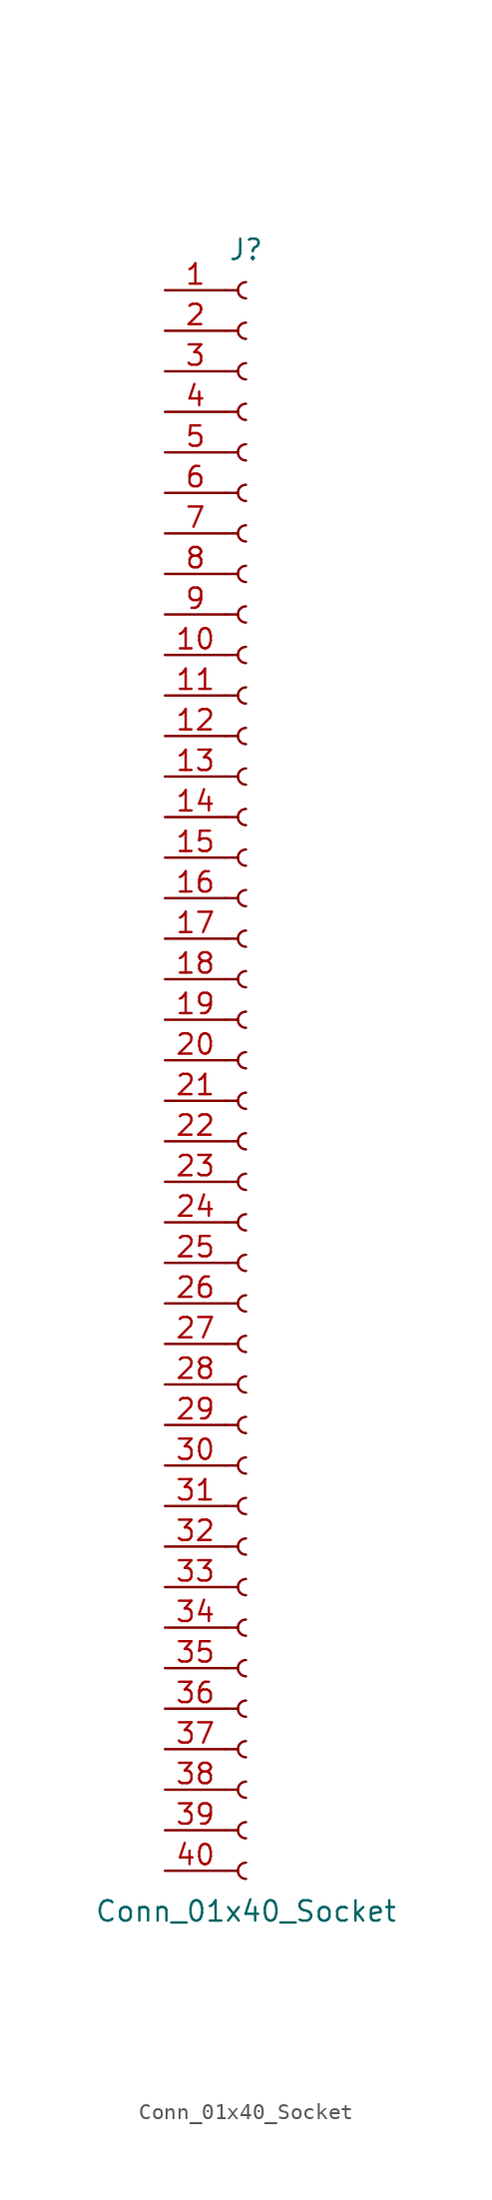
<source format=kicad_sym>
(kicad_symbol_lib
  (version 20220914)
  (generator kicad_symbol_editor)
  (symbol "Conn_01x40_Socket"
    (pin_names
      (offset 1.016) hide)
    (property "Reference" "J"
      (at 0 50.8 0)
      (effects (font (size 1.27 1.27))))
    (property "Value" "Conn_01x40_Socket"
      (at 0 -53.34 0)
      (effects (font (size 1.27 1.27))))
    (property "ki_locked" ""
      (at 0 0 0)
      (effects (font (size 1.27 1.27))))
    (symbol "Conn_01x40_Socket_1_1"
      (arc (start 0 -50.292) (mid -0.5058 -50.8) (end 0 -51.308) (stroke (width 0.1524) (type default)) (fill (type none)))
      (arc (start 0 -47.752) (mid -0.5058 -48.26) (end 0 -48.768) (stroke (width 0.1524) (type default)) (fill (type none)))
      (arc (start 0 -45.212) (mid -0.5058 -45.72) (end 0 -46.228) (stroke (width 0.1524) (type default)) (fill (type none)))
      (arc (start 0 -42.672) (mid -0.5058 -43.18) (end 0 -43.688) (stroke (width 0.1524) (type default)) (fill (type none)))
      (arc (start 0 -40.132) (mid -0.5058 -40.64) (end 0 -41.148) (stroke (width 0.1524) (type default)) (fill (type none)))
      (arc (start 0 -37.592) (mid -0.5058 -38.1) (end 0 -38.608) (stroke (width 0.1524) (type default)) (fill (type none)))
      (arc (start 0 -35.052) (mid -0.5058 -35.56) (end 0 -36.068) (stroke (width 0.1524) (type default)) (fill (type none)))
      (arc (start 0 -32.512) (mid -0.5058 -33.02) (end 0 -33.528) (stroke (width 0.1524) (type default)) (fill (type none)))
      (arc (start 0 -29.972) (mid -0.5058 -30.48) (end 0 -30.988) (stroke (width 0.1524) (type default)) (fill (type none)))
      (arc (start 0 -27.432) (mid -0.5058 -27.94) (end 0 -28.448) (stroke (width 0.1524) (type default)) (fill (type none)))
      (arc (start 0 -24.892) (mid -0.5058 -25.4) (end 0 -25.908) (stroke (width 0.1524) (type default)) (fill (type none)))
      (arc (start 0 -22.352) (mid -0.5058 -22.86) (end 0 -23.368) (stroke (width 0.1524) (type default)) (fill (type none)))
      (arc (start 0 -19.812) (mid -0.5058 -20.32) (end 0 -20.828) (stroke (width 0.1524) (type default)) (fill (type none)))
      (arc (start 0 -17.272) (mid -0.5058 -17.78) (end 0 -18.288) (stroke (width 0.1524) (type default)) (fill (type none)))
      (arc (start 0 -14.732) (mid -0.5058 -15.24) (end 0 -15.748) (stroke (width 0.1524) (type default)) (fill (type none)))
      (arc (start 0 -12.192) (mid -0.5058 -12.7) (end 0 -13.208) (stroke (width 0.1524) (type default)) (fill (type none)))
      (arc (start 0 -9.652) (mid -0.5058 -10.16) (end 0 -10.668) (stroke (width 0.1524) (type default)) (fill (type none)))
      (arc (start 0 -7.112) (mid -0.5058 -7.62) (end 0 -8.128) (stroke (width 0.1524) (type default)) (fill (type none)))
      (arc (start 0 -4.572) (mid -0.5058 -5.08) (end 0 -5.588) (stroke (width 0.1524) (type default)) (fill (type none)))
      (arc (start 0 -2.032) (mid -0.5058 -2.54) (end 0 -3.048) (stroke (width 0.1524) (type default)) (fill (type none)))
      (polyline (pts (xy -1.27 -50.8) (xy -0.508 -50.8)) (stroke (width 0.152) (type default)) (fill (type none)))
      (polyline (pts (xy -1.27 -48.26) (xy -0.508 -48.26)) (stroke (width 0.152) (type default)) (fill (type none)))
      (polyline (pts (xy -1.27 -45.72) (xy -0.508 -45.72)) (stroke (width 0.152) (type default)) (fill (type none)))
      (polyline (pts (xy -1.27 -43.18) (xy -0.508 -43.18)) (stroke (width 0.152) (type default)) (fill (type none)))
      (polyline (pts (xy -1.27 -40.64) (xy -0.508 -40.64)) (stroke (width 0.152) (type default)) (fill (type none)))
      (polyline (pts (xy -1.27 -38.1) (xy -0.508 -38.1)) (stroke (width 0.152) (type default)) (fill (type none)))
      (polyline (pts (xy -1.27 -35.56) (xy -0.508 -35.56)) (stroke (width 0.152) (type default)) (fill (type none)))
      (polyline (pts (xy -1.27 -33.02) (xy -0.508 -33.02)) (stroke (width 0.152) (type default)) (fill (type none)))
      (polyline (pts (xy -1.27 -30.48) (xy -0.508 -30.48)) (stroke (width 0.152) (type default)) (fill (type none)))
      (polyline (pts (xy -1.27 -27.94) (xy -0.508 -27.94)) (stroke (width 0.152) (type default)) (fill (type none)))
      (polyline (pts (xy -1.27 -25.4) (xy -0.508 -25.4)) (stroke (width 0.152) (type default)) (fill (type none)))
      (polyline (pts (xy -1.27 -22.86) (xy -0.508 -22.86)) (stroke (width 0.152) (type default)) (fill (type none)))
      (polyline (pts (xy -1.27 -20.32) (xy -0.508 -20.32)) (stroke (width 0.152) (type default)) (fill (type none)))
      (polyline (pts (xy -1.27 -17.78) (xy -0.508 -17.78)) (stroke (width 0.152) (type default)) (fill (type none)))
      (polyline (pts (xy -1.27 -15.24) (xy -0.508 -15.24)) (stroke (width 0.152) (type default)) (fill (type none)))
      (polyline (pts (xy -1.27 -12.7) (xy -0.508 -12.7)) (stroke (width 0.152) (type default)) (fill (type none)))
      (polyline (pts (xy -1.27 -10.16) (xy -0.508 -10.16)) (stroke (width 0.152) (type default)) (fill (type none)))
      (polyline (pts (xy -1.27 -7.62) (xy -0.508 -7.62)) (stroke (width 0.152) (type default)) (fill (type none)))
      (polyline (pts (xy -1.27 -5.08) (xy -0.508 -5.08)) (stroke (width 0.152) (type default)) (fill (type none)))
      (polyline (pts (xy -1.27 -2.54) (xy -0.508 -2.54)) (stroke (width 0.152) (type default)) (fill (type none)))
      (polyline (pts (xy -1.27 0) (xy -0.508 0)) (stroke (width 0.152) (type default)) (fill (type none)))
      (polyline (pts (xy -1.27 2.54) (xy -0.508 2.54)) (stroke (width 0.152) (type default)) (fill (type none)))
      (polyline (pts (xy -1.27 5.08) (xy -0.508 5.08)) (stroke (width 0.152) (type default)) (fill (type none)))
      (polyline (pts (xy -1.27 7.62) (xy -0.508 7.62)) (stroke (width 0.152) (type default)) (fill (type none)))
      (polyline (pts (xy -1.27 10.16) (xy -0.508 10.16)) (stroke (width 0.152) (type default)) (fill (type none)))
      (polyline (pts (xy -1.27 12.7) (xy -0.508 12.7)) (stroke (width 0.152) (type default)) (fill (type none)))
      (polyline (pts (xy -1.27 15.24) (xy -0.508 15.24)) (stroke (width 0.152) (type default)) (fill (type none)))
      (polyline (pts (xy -1.27 17.78) (xy -0.508 17.78)) (stroke (width 0.152) (type default)) (fill (type none)))
      (polyline (pts (xy -1.27 20.32) (xy -0.508 20.32)) (stroke (width 0.152) (type default)) (fill (type none)))
      (polyline (pts (xy -1.27 22.86) (xy -0.508 22.86)) (stroke (width 0.152) (type default)) (fill (type none)))
      (polyline (pts (xy -1.27 25.4) (xy -0.508 25.4)) (stroke (width 0.152) (type default)) (fill (type none)))
      (polyline (pts (xy -1.27 27.94) (xy -0.508 27.94)) (stroke (width 0.152) (type default)) (fill (type none)))
      (polyline (pts (xy -1.27 30.48) (xy -0.508 30.48)) (stroke (width 0.152) (type default)) (fill (type none)))
      (polyline (pts (xy -1.27 33.02) (xy -0.508 33.02)) (stroke (width 0.152) (type default)) (fill (type none)))
      (polyline (pts (xy -1.27 35.56) (xy -0.508 35.56)) (stroke (width 0.152) (type default)) (fill (type none)))
      (polyline (pts (xy -1.27 38.1) (xy -0.508 38.1)) (stroke (width 0.152) (type default)) (fill (type none)))
      (polyline (pts (xy -1.27 40.64) (xy -0.508 40.64)) (stroke (width 0.152) (type default)) (fill (type none)))
      (polyline (pts (xy -1.27 43.18) (xy -0.508 43.18)) (stroke (width 0.152) (type default)) (fill (type none)))
      (polyline (pts (xy -1.27 45.72) (xy -0.508 45.72)) (stroke (width 0.152) (type default)) (fill (type none)))
      (polyline (pts (xy -1.27 48.26) (xy -0.508 48.26)) (stroke (width 0.152) (type default)) (fill (type none)))
      (arc (start 0 0.508) (mid -0.5058 0) (end 0 -0.508) (stroke (width 0.1524) (type default)) (fill (type none)))
      (arc (start 0 3.048) (mid -0.5058 2.54) (end 0 2.032) (stroke (width 0.1524) (type default)) (fill (type none)))
      (arc (start 0 5.588) (mid -0.5058 5.08) (end 0 4.572) (stroke (width 0.1524) (type default)) (fill (type none)))
      (arc (start 0 8.128) (mid -0.5058 7.62) (end 0 7.112) (stroke (width 0.1524) (type default)) (fill (type none)))
      (arc (start 0 10.668) (mid -0.5058 10.16) (end 0 9.652) (stroke (width 0.1524) (type default)) (fill (type none)))
      (arc (start 0 13.208) (mid -0.5058 12.7) (end 0 12.192) (stroke (width 0.1524) (type default)) (fill (type none)))
      (arc (start 0 15.748) (mid -0.5058 15.24) (end 0 14.732) (stroke (width 0.1524) (type default)) (fill (type none)))
      (arc (start 0 18.288) (mid -0.5058 17.78) (end 0 17.272) (stroke (width 0.1524) (type default)) (fill (type none)))
      (arc (start 0 20.828) (mid -0.5058 20.32) (end 0 19.812) (stroke (width 0.1524) (type default)) (fill (type none)))
      (arc (start 0 23.368) (mid -0.5058 22.86) (end 0 22.352) (stroke (width 0.1524) (type default)) (fill (type none)))
      (arc (start 0 25.908) (mid -0.5058 25.4) (end 0 24.892) (stroke (width 0.1524) (type default)) (fill (type none)))
      (arc (start 0 28.448) (mid -0.5058 27.94) (end 0 27.432) (stroke (width 0.1524) (type default)) (fill (type none)))
      (arc (start 0 30.988) (mid -0.5058 30.48) (end 0 29.972) (stroke (width 0.1524) (type default)) (fill (type none)))
      (arc (start 0 33.528) (mid -0.5058 33.02) (end 0 32.512) (stroke (width 0.1524) (type default)) (fill (type none)))
      (arc (start 0 36.068) (mid -0.5058 35.56) (end 0 35.052) (stroke (width 0.1524) (type default)) (fill (type none)))
      (arc (start 0 38.608) (mid -0.5058 38.1) (end 0 37.592) (stroke (width 0.1524) (type default)) (fill (type none)))
      (arc (start 0 41.148) (mid -0.5058 40.64) (end 0 40.132) (stroke (width 0.1524) (type default)) (fill (type none)))
      (arc (start 0 43.688) (mid -0.5058 43.18) (end 0 42.672) (stroke (width 0.1524) (type default)) (fill (type none)))
      (arc (start 0 46.228) (mid -0.5058 45.72) (end 0 45.212) (stroke (width 0.1524) (type default)) (fill (type none)))
      (arc (start 0 48.768) (mid -0.5058 48.26) (end 0 47.752) (stroke (width 0.1524) (type default)) (fill (type none)))
      (pin passive line (at -5.08 48.26 0) (length 3.81) (name "Pin_1" (effects (font (size 1.27 1.27)))) (number "1" (effects (font (size 1.27 1.27)))))
      (pin passive line (at -5.08 25.4 0) (length 3.81) (name "Pin_10" (effects (font (size 1.27 1.27)))) (number "10" (effects (font (size 1.27 1.27)))))
      (pin passive line (at -5.08 22.86 0) (length 3.81) (name "Pin_11" (effects (font (size 1.27 1.27)))) (number "11" (effects (font (size 1.27 1.27)))))
      (pin passive line (at -5.08 20.32 0) (length 3.81) (name "Pin_12" (effects (font (size 1.27 1.27)))) (number "12" (effects (font (size 1.27 1.27)))))
      (pin passive line (at -5.08 17.78 0) (length 3.81) (name "Pin_13" (effects (font (size 1.27 1.27)))) (number "13" (effects (font (size 1.27 1.27)))))
      (pin passive line (at -5.08 15.24 0) (length 3.81) (name "Pin_14" (effects (font (size 1.27 1.27)))) (number "14" (effects (font (size 1.27 1.27)))))
      (pin passive line (at -5.08 12.7 0) (length 3.81) (name "Pin_15" (effects (font (size 1.27 1.27)))) (number "15" (effects (font (size 1.27 1.27)))))
      (pin passive line (at -5.08 10.16 0) (length 3.81) (name "Pin_16" (effects (font (size 1.27 1.27)))) (number "16" (effects (font (size 1.27 1.27)))))
      (pin passive line (at -5.08 7.62 0) (length 3.81) (name "Pin_17" (effects (font (size 1.27 1.27)))) (number "17" (effects (font (size 1.27 1.27)))))
      (pin passive line (at -5.08 5.08 0) (length 3.81) (name "Pin_18" (effects (font (size 1.27 1.27)))) (number "18" (effects (font (size 1.27 1.27)))))
      (pin passive line (at -5.08 2.54 0) (length 3.81) (name "Pin_19" (effects (font (size 1.27 1.27)))) (number "19" (effects (font (size 1.27 1.27)))))
      (pin passive line (at -5.08 45.72 0) (length 3.81) (name "Pin_2" (effects (font (size 1.27 1.27)))) (number "2" (effects (font (size 1.27 1.27)))))
      (pin passive line (at -5.08 0 0) (length 3.81) (name "Pin_20" (effects (font (size 1.27 1.27)))) (number "20" (effects (font (size 1.27 1.27)))))
      (pin passive line (at -5.08 -2.54 0) (length 3.81) (name "Pin_21" (effects (font (size 1.27 1.27)))) (number "21" (effects (font (size 1.27 1.27)))))
      (pin passive line (at -5.08 -5.08 0) (length 3.81) (name "Pin_22" (effects (font (size 1.27 1.27)))) (number "22" (effects (font (size 1.27 1.27)))))
      (pin passive line (at -5.08 -7.62 0) (length 3.81) (name "Pin_23" (effects (font (size 1.27 1.27)))) (number "23" (effects (font (size 1.27 1.27)))))
      (pin passive line (at -5.08 -10.16 0) (length 3.81) (name "Pin_24" (effects (font (size 1.27 1.27)))) (number "24" (effects (font (size 1.27 1.27)))))
      (pin passive line (at -5.08 -12.7 0) (length 3.81) (name "Pin_25" (effects (font (size 1.27 1.27)))) (number "25" (effects (font (size 1.27 1.27)))))
      (pin passive line (at -5.08 -15.24 0) (length 3.81) (name "Pin_26" (effects (font (size 1.27 1.27)))) (number "26" (effects (font (size 1.27 1.27)))))
      (pin passive line (at -5.08 -17.78 0) (length 3.81) (name "Pin_27" (effects (font (size 1.27 1.27)))) (number "27" (effects (font (size 1.27 1.27)))))
      (pin passive line (at -5.08 -20.32 0) (length 3.81) (name "Pin_28" (effects (font (size 1.27 1.27)))) (number "28" (effects (font (size 1.27 1.27)))))
      (pin passive line (at -5.08 -22.86 0) (length 3.81) (name "Pin_29" (effects (font (size 1.27 1.27)))) (number "29" (effects (font (size 1.27 1.27)))))
      (pin passive line (at -5.08 43.18 0) (length 3.81) (name "Pin_3" (effects (font (size 1.27 1.27)))) (number "3" (effects (font (size 1.27 1.27)))))
      (pin passive line (at -5.08 -25.4 0) (length 3.81) (name "Pin_30" (effects (font (size 1.27 1.27)))) (number "30" (effects (font (size 1.27 1.27)))))
      (pin passive line (at -5.08 -27.94 0) (length 3.81) (name "Pin_31" (effects (font (size 1.27 1.27)))) (number "31" (effects (font (size 1.27 1.27)))))
      (pin passive line (at -5.08 -30.48 0) (length 3.81) (name "Pin_32" (effects (font (size 1.27 1.27)))) (number "32" (effects (font (size 1.27 1.27)))))
      (pin passive line (at -5.08 -33.02 0) (length 3.81) (name "Pin_33" (effects (font (size 1.27 1.27)))) (number "33" (effects (font (size 1.27 1.27)))))
      (pin passive line (at -5.08 -35.56 0) (length 3.81) (name "Pin_34" (effects (font (size 1.27 1.27)))) (number "34" (effects (font (size 1.27 1.27)))))
      (pin passive line (at -5.08 -38.1 0) (length 3.81) (name "Pin_35" (effects (font (size 1.27 1.27)))) (number "35" (effects (font (size 1.27 1.27)))))
      (pin passive line (at -5.08 -40.64 0) (length 3.81) (name "Pin_36" (effects (font (size 1.27 1.27)))) (number "36" (effects (font (size 1.27 1.27)))))
      (pin passive line (at -5.08 -43.18 0) (length 3.81) (name "Pin_37" (effects (font (size 1.27 1.27)))) (number "37" (effects (font (size 1.27 1.27)))))
      (pin passive line (at -5.08 -45.72 0) (length 3.81) (name "Pin_38" (effects (font (size 1.27 1.27)))) (number "38" (effects (font (size 1.27 1.27)))))
      (pin passive line (at -5.08 -48.26 0) (length 3.81) (name "Pin_39" (effects (font (size 1.27 1.27)))) (number "39" (effects (font (size 1.27 1.27)))))
      (pin passive line (at -5.08 40.64 0) (length 3.81) (name "Pin_4" (effects (font (size 1.27 1.27)))) (number "4" (effects (font (size 1.27 1.27)))))
      (pin passive line (at -5.08 -50.8 0) (length 3.81) (name "Pin_40" (effects (font (size 1.27 1.27)))) (number "40" (effects (font (size 1.27 1.27)))))
      (pin passive line (at -5.08 38.1 0) (length 3.81) (name "Pin_5" (effects (font (size 1.27 1.27)))) (number "5" (effects (font (size 1.27 1.27)))))
      (pin passive line (at -5.08 35.56 0) (length 3.81) (name "Pin_6" (effects (font (size 1.27 1.27)))) (number "6" (effects (font (size 1.27 1.27)))))
      (pin passive line (at -5.08 33.02 0) (length 3.81) (name "Pin_7" (effects (font (size 1.27 1.27)))) (number "7" (effects (font (size 1.27 1.27)))))
      (pin passive line (at -5.08 30.48 0) (length 3.81) (name "Pin_8" (effects (font (size 1.27 1.27)))) (number "8" (effects (font (size 1.27 1.27)))))
      (pin passive line (at -5.08 27.94 0) (length 3.81) (name "Pin_9" (effects (font (size 1.27 1.27)))) (number "9" (effects (font (size 1.27 1.27))))))))
</source>
